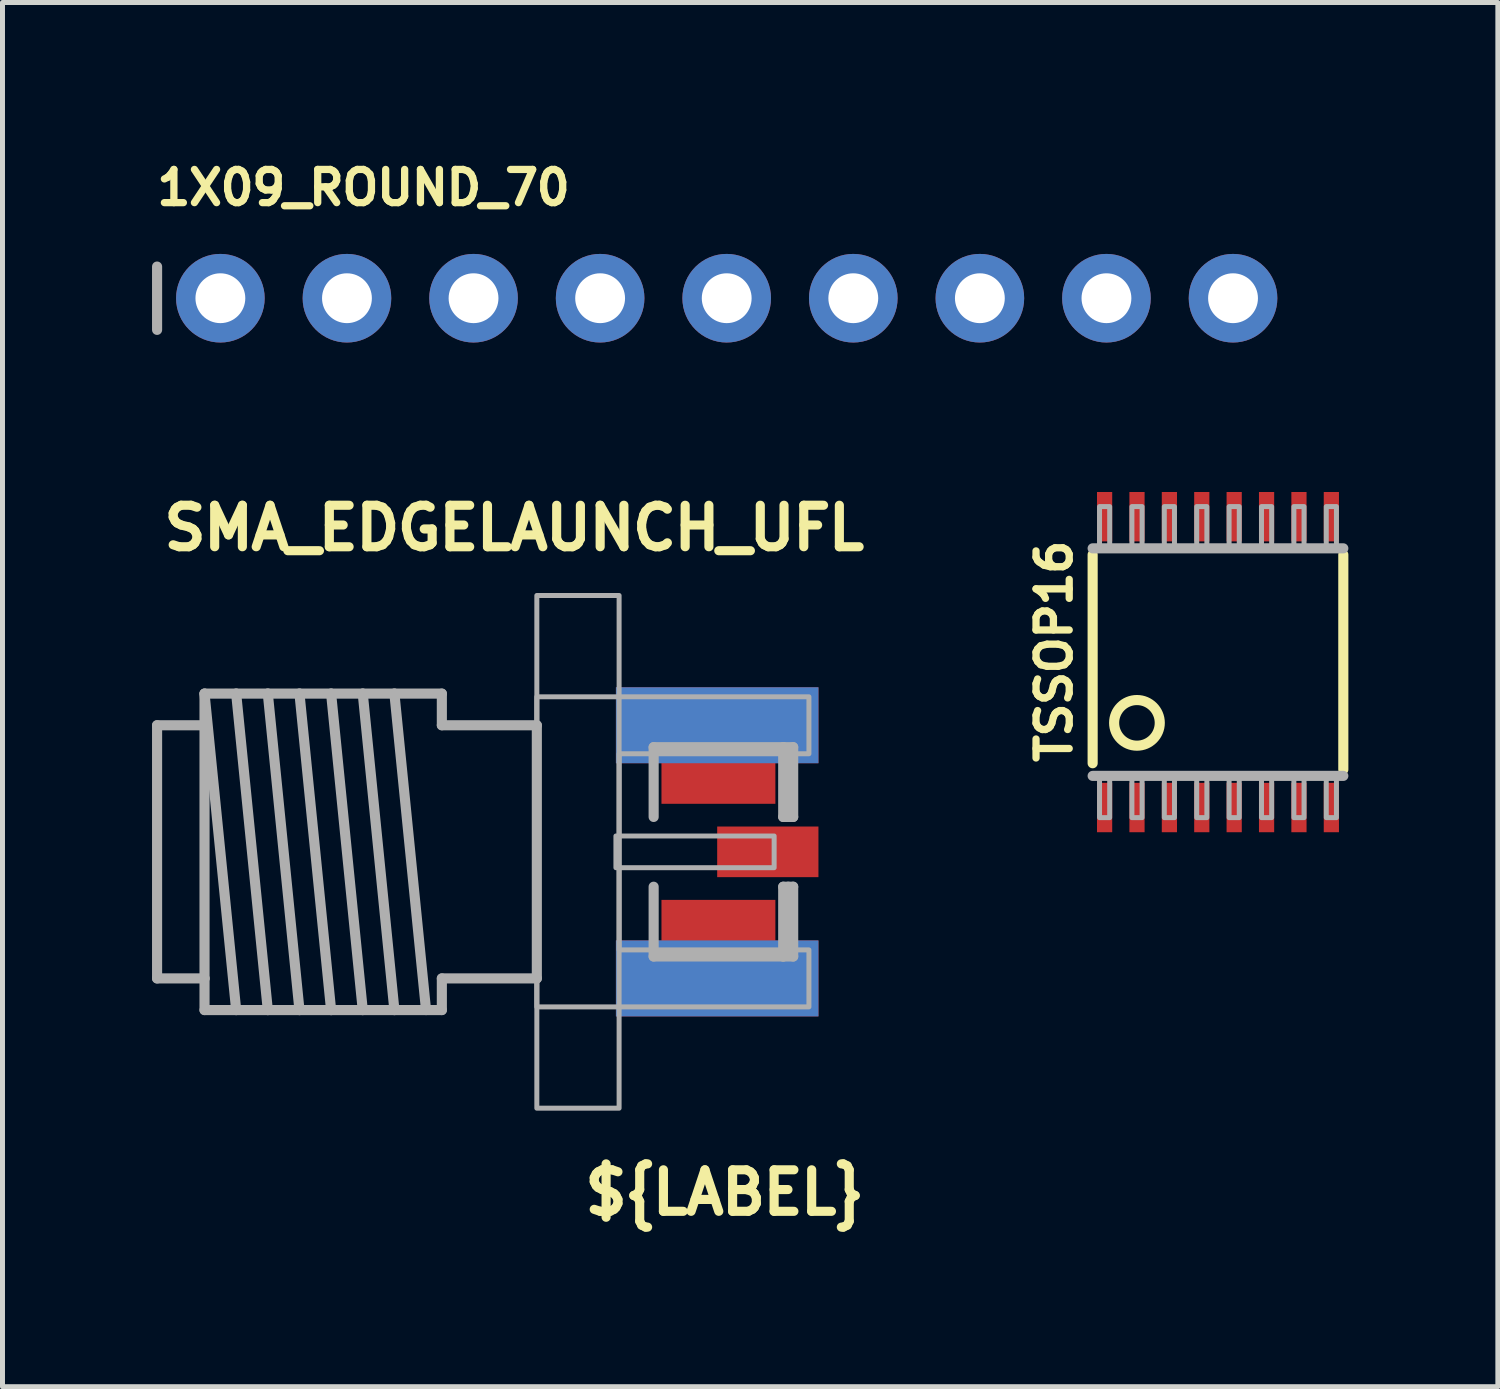
<source format=kicad_pcb>
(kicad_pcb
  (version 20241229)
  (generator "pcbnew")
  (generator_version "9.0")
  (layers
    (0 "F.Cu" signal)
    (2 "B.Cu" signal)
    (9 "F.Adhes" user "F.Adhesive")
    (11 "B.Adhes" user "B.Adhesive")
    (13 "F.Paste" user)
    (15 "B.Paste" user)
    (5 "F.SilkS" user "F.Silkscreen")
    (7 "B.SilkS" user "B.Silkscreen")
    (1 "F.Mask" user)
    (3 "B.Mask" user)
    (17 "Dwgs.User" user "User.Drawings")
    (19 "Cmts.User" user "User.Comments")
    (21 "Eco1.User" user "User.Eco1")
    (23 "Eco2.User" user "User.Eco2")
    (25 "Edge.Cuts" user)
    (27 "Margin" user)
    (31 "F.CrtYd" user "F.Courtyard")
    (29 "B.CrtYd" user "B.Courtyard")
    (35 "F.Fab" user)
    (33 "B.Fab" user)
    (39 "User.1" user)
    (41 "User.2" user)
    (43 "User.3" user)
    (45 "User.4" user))
  (footprint "1X09_ROUND_70"
    (layer "F.Cu")
    (at 11.532 2.934)
    (property "Reference" "1X09_ROUND_70" (at -11.506 -1.829 0) (unlocked yes) (layer "F.SilkS") (effects (font (size 0.666 0.666) (thickness 0.146)) (justify left bottom)))
    (fp_line (start -11.43 -0.635) (end -11.43 0.635) (stroke (width 0.203) (type solid)) (layer "F.Fab"))
    (fp_poly (pts (xy -10.414 0.254) (xy -9.906 0.254) (xy -9.906 -0.254) (xy -10.414 -0.254)) (stroke (width 0.1) (type default)) (fill no) (layer "F.Fab"))
    (fp_poly (pts (xy -7.874 0.254) (xy -7.366 0.254) (xy -7.366 -0.254) (xy -7.874 -0.254)) (stroke (width 0.1) (type default)) (fill no) (layer "F.Fab"))
    (fp_poly (pts (xy -5.334 0.254) (xy -4.826 0.254) (xy -4.826 -0.254) (xy -5.334 -0.254)) (stroke (width 0.1) (type default)) (fill no) (layer "F.Fab"))
    (fp_poly (pts (xy -2.794 0.254) (xy -2.286 0.254) (xy -2.286 -0.254) (xy -2.794 -0.254)) (stroke (width 0.1) (type default)) (fill no) (layer "F.Fab"))
    (fp_poly (pts (xy -0.254 0.254) (xy 0.254 0.254) (xy 0.254 -0.254) (xy -0.254 -0.254)) (stroke (width 0.1) (type default)) (fill no) (layer "F.Fab"))
    (fp_poly (pts (xy 2.286 0.254) (xy 2.794 0.254) (xy 2.794 -0.254) (xy 2.286 -0.254)) (stroke (width 0.1) (type default)) (fill no) (layer "F.Fab"))
    (fp_poly (pts (xy 4.826 0.254) (xy 5.334 0.254) (xy 5.334 -0.254) (xy 4.826 -0.254)) (stroke (width 0.1) (type default)) (fill no) (layer "F.Fab"))
    (fp_poly (pts (xy 7.366 0.254) (xy 7.874 0.254) (xy 7.874 -0.254) (xy 7.366 -0.254)) (stroke (width 0.1) (type default)) (fill no) (layer "F.Fab"))
    (fp_poly (pts (xy 9.906 0.254) (xy 10.414 0.254) (xy 10.414 -0.254) (xy 9.906 -0.254)) (stroke (width 0.1) (type default)) (fill no) (layer "F.Fab"))
    (pad "1" thru_hole circle (at -10.16 0 90) (size 1.778 1.778) (drill 1) (layers "*.Cu" "*.Mask"))
    (pad "2" thru_hole circle (at -7.62 0 90) (size 1.778 1.778) (drill 1) (layers "*.Cu" "*.Mask"))
    (pad "3" thru_hole circle (at -5.08 0 90) (size 1.778 1.778) (drill 1) (layers "*.Cu" "*.Mask"))
    (pad "4" thru_hole circle (at -2.54 0 90) (size 1.778 1.778) (drill 1) (layers "*.Cu" "*.Mask"))
    (pad "5" thru_hole circle (at 0 0 90) (size 1.778 1.778) (drill 1) (layers "*.Cu" "*.Mask"))
    (pad "6" thru_hole circle (at 2.54 0 90) (size 1.778 1.778) (drill 1) (layers "*.Cu" "*.Mask"))
    (pad "7" thru_hole circle (at 5.08 0 90) (size 1.778 1.778) (drill 1) (layers "*.Cu" "*.Mask"))
    (pad "8" thru_hole circle (at 7.62 0 90) (size 1.778 1.778) (drill 1) (layers "*.Cu" "*.Mask"))
    (pad "9" thru_hole circle (at 10.16 0 90) (size 1.778 1.778) (drill 1) (layers "*.Cu" "*.Mask")))
  (footprint "SMA_EDGELAUNCH_UFL"
    (layer "F.Cu")
    (at 9.309 14.043)
    (property "Reference" "SMA_EDGELAUNCH_UFL" (at 5.08 -6.985 0) (unlocked yes) (layer "F.SilkS") (effects (font (size 0.833 0.833) (thickness 0.183)) (justify right top)))
    (fp_poly (pts (xy 3.2 -0.964) (xy 0.914 -0.964) (xy 0.914 -3.277) (xy 3.2 -3.277)) (stroke (width 0) (type default)) (fill yes) (layer "F.Cu"))
    (fp_poly (pts (xy 3.2 3.277) (xy 0.914 3.277) (xy 0.914 0.964) (xy 3.2 0.964)) (stroke (width 0) (type default)) (fill yes) (layer "F.Cu"))
    (fp_poly (pts (xy 0.889 -0.938) (xy 3.226 -0.938) (xy 3.226 -1.853) (xy 0.889 -1.853)) (stroke (width 0) (type default)) (fill yes) (layer "F.Mask"))
    (fp_poly (pts (xy 3.226 0.938) (xy 0.889 0.938) (xy 0.889 1.853) (xy 3.226 1.853)) (stroke (width 0) (type default)) (fill yes) (layer "F.Mask"))
    (fp_poly (pts (xy 0.991 -0.989) (xy 3.124 -0.989) (xy 3.124 -1.802) (xy 0.991 -1.802)) (stroke (width 0) (type default)) (fill yes) (layer "F.Paste"))
    (fp_poly (pts (xy 3.124 0.989) (xy 0.991 0.989) (xy 0.991 1.802) (xy 3.124 1.802)) (stroke (width 0) (type default)) (fill yes) (layer "F.Paste"))
    (fp_poly (pts (xy 3.2 0.483) (xy 3.962 0.483) (xy 3.962 -0.483) (xy 3.2 -0.483)) (stroke (width 0) (type default)) (fill yes) (layer "F.Paste"))
    (fp_line (start -9.207 -2.54) (end -8.255 -2.54) (stroke (width 0.203) (type solid)) (layer "F.Fab"))
    (fp_line (start -9.207 2.54) (end -9.207 -2.54) (stroke (width 0.203) (type solid)) (layer "F.Fab"))
    (fp_line (start -8.255 -3.175) (end -7.62 -3.175) (stroke (width 0.203) (type solid)) (layer "F.Fab"))
    (fp_line (start -8.255 -3.175) (end -7.62 3.175) (stroke (width 0.203) (type solid)) (layer "F.Fab"))
    (fp_line (start -8.255 -2.54) (end -8.255 -3.175) (stroke (width 0.203) (type solid)) (layer "F.Fab"))
    (fp_line (start -8.255 -2.54) (end -8.255 2.54) (stroke (width 0.203) (type solid)) (layer "F.Fab"))
    (fp_line (start -8.255 2.54) (end -9.207 2.54) (stroke (width 0.203) (type solid)) (layer "F.Fab"))
    (fp_line (start -8.255 3.175) (end -8.255 2.54) (stroke (width 0.203) (type solid)) (layer "F.Fab"))
    (fp_line (start -7.62 -3.175) (end -6.985 -3.175) (stroke (width 0.203) (type solid)) (layer "F.Fab"))
    (fp_line (start -7.62 -3.175) (end -6.985 3.175) (stroke (width 0.203) (type solid)) (layer "F.Fab"))
    (fp_line (start -7.62 3.175) (end -8.255 3.175) (stroke (width 0.203) (type solid)) (layer "F.Fab"))
    (fp_line (start -6.985 -3.175) (end -6.35 -3.175) (stroke (width 0.203) (type solid)) (layer "F.Fab"))
    (fp_line (start -6.985 -3.175) (end -6.35 3.175) (stroke (width 0.203) (type solid)) (layer "F.Fab"))
    (fp_line (start -6.985 3.175) (end -7.62 3.175) (stroke (width 0.203) (type solid)) (layer "F.Fab"))
    (fp_line (start -6.35 -3.175) (end -5.715 -3.175) (stroke (width 0.203) (type solid)) (layer "F.Fab"))
    (fp_line (start -6.35 -3.175) (end -5.715 3.175) (stroke (width 0.203) (type solid)) (layer "F.Fab"))
    (fp_line (start -6.35 3.175) (end -6.985 3.175) (stroke (width 0.203) (type solid)) (layer "F.Fab"))
    (fp_line (start -5.715 -3.175) (end -5.08 -3.175) (stroke (width 0.203) (type solid)) (layer "F.Fab"))
    (fp_line (start -5.715 -3.175) (end -5.08 3.175) (stroke (width 0.203) (type solid)) (layer "F.Fab"))
    (fp_line (start -5.715 3.175) (end -6.35 3.175) (stroke (width 0.203) (type solid)) (layer "F.Fab"))
    (fp_line (start -5.08 -3.175) (end -4.445 -3.175) (stroke (width 0.203) (type solid)) (layer "F.Fab"))
    (fp_line (start -5.08 -3.175) (end -4.445 3.175) (stroke (width 0.203) (type solid)) (layer "F.Fab"))
    (fp_line (start -5.08 3.175) (end -5.715 3.175) (stroke (width 0.203) (type solid)) (layer "F.Fab"))
    (fp_line (start -4.445 -3.175) (end -3.81 3.175) (stroke (width 0.203) (type solid)) (layer "F.Fab"))
    (fp_line (start -4.445 -3.175) (end -3.493 -3.175) (stroke (width 0.203) (type solid)) (layer "F.Fab"))
    (fp_line (start -4.445 3.175) (end -5.08 3.175) (stroke (width 0.203) (type solid)) (layer "F.Fab"))
    (fp_line (start -3.493 -3.175) (end -3.493 -2.54) (stroke (width 0.203) (type solid)) (layer "F.Fab"))
    (fp_line (start -3.493 -2.54) (end -1.587 -2.54) (stroke (width 0.203) (type solid)) (layer "F.Fab"))
    (fp_line (start -3.493 2.54) (end -3.493 3.175) (stroke (width 0.203) (type solid)) (layer "F.Fab"))
    (fp_line (start -3.493 3.175) (end -4.445 3.175) (stroke (width 0.203) (type solid)) (layer "F.Fab"))
    (fp_line (start -1.587 -2.54) (end -1.587 2.54) (stroke (width 0.203) (type solid)) (layer "F.Fab"))
    (fp_line (start -1.587 2.54) (end -3.493 2.54) (stroke (width 0.203) (type solid)) (layer "F.Fab"))
    (fp_line (start 0.757 -0.7) (end 0.757 -2.1) (stroke (width 0.203) (type solid)) (layer "F.Fab"))
    (fp_line (start 0.757 2.1) (end 0.757 0.7) (stroke (width 0.203) (type solid)) (layer "F.Fab"))
    (fp_line (start 0.757 2.1) (end 3.357 2.1) (stroke (width 0.203) (type solid)) (layer "F.Fab"))
    (fp_line (start 3.357 -2.1) (end 0.757 -2.1) (stroke (width 0.203) (type solid)) (layer "F.Fab"))
    (fp_line (start 3.357 -0.7) (end 3.357 -2.1) (stroke (width 0.203) (type solid)) (layer "F.Fab"))
    (fp_line (start 3.357 2.1) (end 3.357 0.7) (stroke (width 0.203) (type solid)) (layer "F.Fab"))
    (fp_line (start 3.457 -0.7) (end 3.457 -2) (stroke (width 0.203) (type solid)) (layer "F.Fab"))
    (fp_line (start 3.457 2) (end 3.457 0.7) (stroke (width 0.203) (type solid)) (layer "F.Fab"))
    (fp_line (start 3.557 -2.1) (end 3.357 -2.1) (stroke (width 0.203) (type solid)) (layer "F.Fab"))
    (fp_line (start 3.557 -0.7) (end 3.357 -0.7) (stroke (width 0.203) (type solid)) (layer "F.Fab"))
    (fp_line (start 3.557 -0.7) (end 3.557 -2.1) (stroke (width 0.203) (type solid)) (layer "F.Fab"))
    (fp_line (start 3.557 0.7) (end 3.357 0.7) (stroke (width 0.203) (type solid)) (layer "F.Fab"))
    (fp_line (start 3.557 2.1) (end 3.357 2.1) (stroke (width 0.203) (type solid)) (layer "F.Fab"))
    (fp_line (start 3.557 2.1) (end 3.557 0.7) (stroke (width 0.203) (type solid)) (layer "F.Fab"))
    (fp_poly (pts (xy 0 0.318) (xy 3.175 0.318) (xy 3.175 -0.318) (xy 0 -0.318)) (stroke (width 0.1) (type default)) (fill no) (layer "F.Fab"))
    (fp_poly (pts (xy 0.064 5.144) (xy -1.587 5.144) (xy -1.587 -5.144) (xy 0.064 -5.144)) (stroke (width 0.1) (type default)) (fill no) (layer "F.Fab"))
    (fp_poly (pts (xy 3.873 -1.968) (xy 0.064 -1.968) (xy 0.064 1.968) (xy 3.873 1.968) (xy 3.873 3.111) (xy -1.587 3.111) (xy -1.587 -3.111) (xy 3.873 -3.111)) (stroke (width 0.1) (type default)) (fill no) (layer "F.Fab"))
    (fp_text user "${LABEL}" (at 5.08 6.35 0) (layer "F.SilkS") (effects (font (size 0.833 0.833) (thickness 0.183)) (justify right top)))
    (pad "GND@1" smd rect (at 2.032 2.54 90) (size 1.524 4.064) (layers "F.Cu" "F.Mask"))
    (pad "GND@2" smd rect (at 2.032 -2.54 90) (size 1.524 4.064) (layers "F.Cu" "F.Mask"))
    (pad "GND@3" smd rect (at 2.032 -2.54 90) (size 1.524 4.064) (layers "B.Cu" "B.Mask"))
    (pad "GND@4" smd rect (at 2.032 2.54 90) (size 1.524 4.064) (layers "B.Cu" "B.Mask"))
    (pad "P" smd rect (at 3.048 0 90) (size 1.016 2.032) (layers "F.Cu" "F.Mask"))
    (zone (net_name "") (layer "F.Cu") (hatch edge 0.5) (connect_pads) (min_thickness 0.25) (filled_areas_thickness no) (keepout (tracks not_allowed) (vias not_allowed) (pads not_allowed) (copperpour not_allowed) (footprints allowed)) (placement (enabled no)) (fill) (polygon (pts (xy 10.223 13.408) (xy 12.509 13.408) (xy 12.509 13.18) (xy 10.223 13.18))))
    (zone (net_name "") (layer "F.Cu") (hatch edge 0.5) (connect_pads) (min_thickness 0.25) (filled_areas_thickness no) (keepout (tracks not_allowed) (vias not_allowed) (pads not_allowed) (copperpour not_allowed) (footprints allowed)) (placement (enabled no)) (fill) (polygon (pts (xy 10.223 14.907) (xy 12.509 14.907) (xy 12.509 14.678) (xy 10.223 14.678)))))
  (footprint "TSSOP16"
    (layer "F.Cu")
    (at 21.39 10.236)
    (property "Reference" "TSSOP16" (at -2.896 2.083 90) (unlocked yes) (layer "F.SilkS") (effects (font (size 0.666 0.666) (thickness 0.146)) (justify left bottom)))
    (fp_line (start -2.515 2.029) (end -2.515 -2.156) (stroke (width 0.203) (type solid)) (layer "F.SilkS"))
    (fp_line (start 2.515 -2.156) (end 2.515 2.156) (stroke (width 0.203) (type solid)) (layer "F.SilkS"))
    (fp_circle (center -1.626 1.219) (end -1.168 1.219) (stroke (width 0.203) (type solid)) (fill no) (layer "F.SilkS"))
    (fp_line (start -2.515 2.283) (end 2.515 2.283) (stroke (width 0.203) (type solid)) (layer "F.Fab"))
    (fp_line (start 2.515 -2.283) (end -2.515 -2.283) (stroke (width 0.203) (type solid)) (layer "F.Fab"))
    (fp_poly (pts (xy -2.377 -2.283) (xy -2.173 -2.283) (xy -2.173 -3.121) (xy -2.377 -3.121)) (stroke (width 0.1) (type default)) (fill no) (layer "F.Fab"))
    (fp_poly (pts (xy -2.377 3.121) (xy -2.173 3.121) (xy -2.173 2.283) (xy -2.377 2.283)) (stroke (width 0.1) (type default)) (fill no) (layer "F.Fab"))
    (fp_poly (pts (xy -1.727 -2.283) (xy -1.523 -2.283) (xy -1.523 -3.121) (xy -1.727 -3.121)) (stroke (width 0.1) (type default)) (fill no) (layer "F.Fab"))
    (fp_poly (pts (xy -1.727 3.121) (xy -1.523 3.121) (xy -1.523 2.283) (xy -1.727 2.283)) (stroke (width 0.1) (type default)) (fill no) (layer "F.Fab"))
    (fp_poly (pts (xy -1.077 -2.283) (xy -0.873 -2.283) (xy -0.873 -3.121) (xy -1.077 -3.121)) (stroke (width 0.1) (type default)) (fill no) (layer "F.Fab"))
    (fp_poly (pts (xy -1.077 3.121) (xy -0.873 3.121) (xy -0.873 2.283) (xy -1.077 2.283)) (stroke (width 0.1) (type default)) (fill no) (layer "F.Fab"))
    (fp_poly (pts (xy -0.427 -2.283) (xy -0.223 -2.283) (xy -0.223 -3.121) (xy -0.427 -3.121)) (stroke (width 0.1) (type default)) (fill no) (layer "F.Fab"))
    (fp_poly (pts (xy -0.427 3.121) (xy -0.223 3.121) (xy -0.223 2.283) (xy -0.427 2.283)) (stroke (width 0.1) (type default)) (fill no) (layer "F.Fab"))
    (fp_poly (pts (xy 0.223 -2.283) (xy 0.427 -2.283) (xy 0.427 -3.121) (xy 0.223 -3.121)) (stroke (width 0.1) (type default)) (fill no) (layer "F.Fab"))
    (fp_poly (pts (xy 0.223 3.121) (xy 0.427 3.121) (xy 0.427 2.283) (xy 0.223 2.283)) (stroke (width 0.1) (type default)) (fill no) (layer "F.Fab"))
    (fp_poly (pts (xy 0.873 -2.283) (xy 1.077 -2.283) (xy 1.077 -3.121) (xy 0.873 -3.121)) (stroke (width 0.1) (type default)) (fill no) (layer "F.Fab"))
    (fp_poly (pts (xy 0.873 3.121) (xy 1.077 3.121) (xy 1.077 2.283) (xy 0.873 2.283)) (stroke (width 0.1) (type default)) (fill no) (layer "F.Fab"))
    (fp_poly (pts (xy 1.523 -2.283) (xy 1.727 -2.283) (xy 1.727 -3.121) (xy 1.523 -3.121)) (stroke (width 0.1) (type default)) (fill no) (layer "F.Fab"))
    (fp_poly (pts (xy 1.523 3.121) (xy 1.727 3.121) (xy 1.727 2.283) (xy 1.523 2.283)) (stroke (width 0.1) (type default)) (fill no) (layer "F.Fab"))
    (fp_poly (pts (xy 2.173 -2.283) (xy 2.377 -2.283) (xy 2.377 -3.121) (xy 2.173 -3.121)) (stroke (width 0.1) (type default)) (fill no) (layer "F.Fab"))
    (fp_poly (pts (xy 2.173 3.121) (xy 2.377 3.121) (xy 2.377 2.283) (xy 2.173 2.283)) (stroke (width 0.1) (type default)) (fill no) (layer "F.Fab"))
    (pad "1" smd rect (at -2.275 2.918) (size 0.305 0.991) (layers "F.Cu" "F.Mask" "F.Paste"))
    (pad "2" smd rect (at -1.625 2.918) (size 0.305 0.991) (layers "F.Cu" "F.Mask" "F.Paste"))
    (pad "3" smd rect (at -0.975 2.918) (size 0.305 0.991) (layers "F.Cu" "F.Mask" "F.Paste"))
    (pad "4" smd rect (at -0.325 2.918) (size 0.305 0.991) (layers "F.Cu" "F.Mask" "F.Paste"))
    (pad "5" smd rect (at 0.325 2.918) (size 0.305 0.991) (layers "F.Cu" "F.Mask" "F.Paste"))
    (pad "6" smd rect (at 0.975 2.918) (size 0.305 0.991) (layers "F.Cu" "F.Mask" "F.Paste"))
    (pad "7" smd rect (at 1.625 2.918) (size 0.305 0.991) (layers "F.Cu" "F.Mask" "F.Paste"))
    (pad "8" smd rect (at 2.275 2.918) (size 0.305 0.991) (layers "F.Cu" "F.Mask" "F.Paste"))
    (pad "9" smd rect (at 2.275 -2.918) (size 0.305 0.991) (layers "F.Cu" "F.Mask" "F.Paste"))
    (pad "10" smd rect (at 1.625 -2.918) (size 0.305 0.991) (layers "F.Cu" "F.Mask" "F.Paste"))
    (pad "11" smd rect (at 0.975 -2.918) (size 0.305 0.991) (layers "F.Cu" "F.Mask" "F.Paste"))
    (pad "12" smd rect (at 0.325 -2.918) (size 0.305 0.991) (layers "F.Cu" "F.Mask" "F.Paste"))
    (pad "13" smd rect (at -0.325 -2.918) (size 0.305 0.991) (layers "F.Cu" "F.Mask" "F.Paste"))
    (pad "14" smd rect (at -0.975 -2.918) (size 0.305 0.991) (layers "F.Cu" "F.Mask" "F.Paste"))
    (pad "15" smd rect (at -1.625 -2.918) (size 0.305 0.991) (layers "F.Cu" "F.Mask" "F.Paste"))
    (pad "16" smd rect (at -2.275 -2.918) (size 0.305 0.991) (layers "F.Cu" "F.Mask" "F.Paste")))
  (gr_rect
    (start -3 -3)
    (end 27.006 24.775)
    (stroke (width 0.1) (type default))
    (fill no)
    (layer "Edge.Cuts")))
</source>
